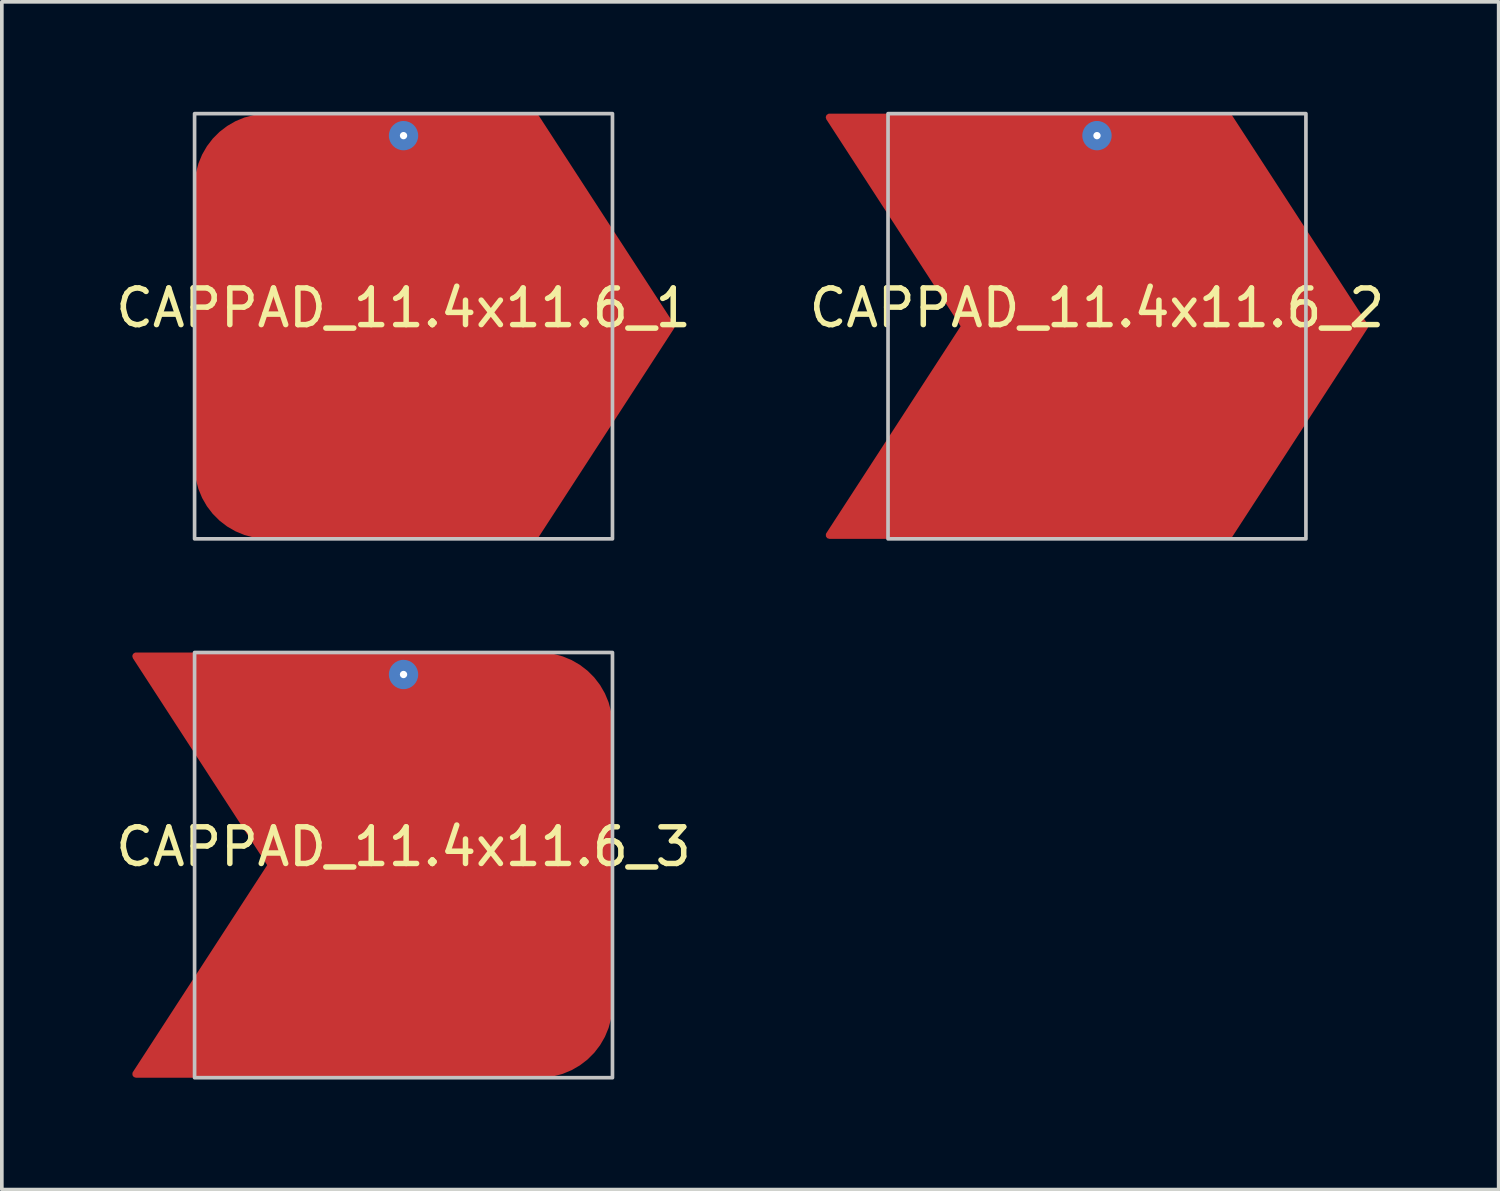
<source format=kicad_pcb>
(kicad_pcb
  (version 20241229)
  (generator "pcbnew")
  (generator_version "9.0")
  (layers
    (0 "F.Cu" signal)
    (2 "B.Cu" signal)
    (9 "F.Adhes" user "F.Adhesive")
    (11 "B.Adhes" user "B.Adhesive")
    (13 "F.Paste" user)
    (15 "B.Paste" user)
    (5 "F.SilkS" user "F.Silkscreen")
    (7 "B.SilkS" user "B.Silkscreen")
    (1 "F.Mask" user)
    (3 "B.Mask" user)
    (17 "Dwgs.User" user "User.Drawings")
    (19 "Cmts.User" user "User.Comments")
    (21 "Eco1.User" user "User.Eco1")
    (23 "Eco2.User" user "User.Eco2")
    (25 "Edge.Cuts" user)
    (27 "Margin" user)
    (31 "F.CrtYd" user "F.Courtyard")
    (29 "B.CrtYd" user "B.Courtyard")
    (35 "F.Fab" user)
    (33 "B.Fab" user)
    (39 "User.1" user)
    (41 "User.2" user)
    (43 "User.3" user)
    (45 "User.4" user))
  (footprint "CAPPAD_11.4x11.6_2"
    (layer "F.Cu")
    (at 26.875 5.85)
    (property "Reference" "CAPPAD_11.4x11.6_2" (at 0 -0.5 0) (unlocked yes) (layer "F.SilkS") (effects (font (size 1 1) (thickness 0.15))))
    (attr through_hole)
    (fp_rect (start -5.7 -5.8) (end 5.7 5.8) (stroke (width 0.1) (type solid)) (fill no) (layer "Dwgs.User"))
    (pad "1" thru_hole circle (at 0 -5.2) (size 0.8 0.8) (drill 0.2) (layers "*.Cu"))
    (pad "1" smd custom (at 0 0) (size 0.8 0.8) (layers "F.Cu") (options (anchor rect)) (primitives (gr_poly (pts (xy -7.3 -5.7) (xy 3.6 -5.7) (xy 7.3 0) (xy 3.6 5.7) (xy -7.3 5.7) (xy -3.6 0)) (width 0.2) (fill yes)))))
  (footprint "CAPPAD_11.4x11.6_3"
    (layer "F.Cu")
    (at 7.958 20.55)
    (property "Reference" "CAPPAD_11.4x11.6_3" (at 0 -0.5 0) (unlocked yes) (layer "F.SilkS") (effects (font (size 1 1) (thickness 0.15))))
    (attr through_hole)
    (fp_rect (start -5.7 -5.8) (end 5.7 5.8) (stroke (width 0.1) (type solid)) (fill no) (layer "Dwgs.User"))
    (pad "1" thru_hole circle (at 0 -5.2) (size 0.8 0.8) (drill 0.2) (layers "*.Cu"))
    (pad "1" smd custom (at 0 0) (size 0.8 0.8) (layers "F.Cu") (options (anchor rect)) (primitives (gr_poly (pts (xy -7.3 -5.7) (xy 3.7 -5.7) (xy 5.6 -3.8) (xy 5.6 3.8) (xy 3.7 5.7) (xy -7.3 5.7) (xy -3.6 0)) (width 0.2) (fill yes)) (gr_circle (center 3.7 3.8) (end 5.6 3.8) (width 0.2) (fill yes)) (gr_circle (center 3.7 -3.8) (end 5.6 -3.8) (width 0.2) (fill yes)))))
  (footprint "CAPPAD_11.4x11.6_1"
    (layer "F.Cu")
    (at 7.958 5.85)
    (property "Reference" "CAPPAD_11.4x11.6_1" (at 0 -0.5 0) (unlocked yes) (layer "F.SilkS") (effects (font (size 1 1) (thickness 0.15))))
    (attr through_hole)
    (fp_rect (start -5.7 -5.8) (end 5.7 5.8) (stroke (width 0.1) (type solid)) (fill no) (layer "Dwgs.User"))
    (pad "1" thru_hole circle (at 0 -5.2) (size 0.8 0.8) (drill 0.2) (layers "*.Cu"))
    (pad "1" smd custom (at 0 0) (size 0.8 0.8) (layers "F.Cu") (options (anchor rect)) (primitives (gr_poly (pts (xy -3.7 -5.7) (xy 3.6 -5.7) (xy 7.3 0) (xy 3.6 5.7) (xy -3.7 5.7) (xy -5.6 3.8) (xy -5.6 -3.8)) (width 0.2) (fill yes)) (gr_circle (center -3.7 -3.8) (end -1.8 -3.8) (width 0.2) (fill yes)) (gr_circle (center -3.7 3.8) (end -1.8 3.8) (width 0.2) (fill yes)))))
  (gr_rect
    (start -3 -3)
    (end 37.833 29.4)
    (stroke (width 0.1) (type default))
    (fill no)
    (layer "Edge.Cuts")))
</source>
